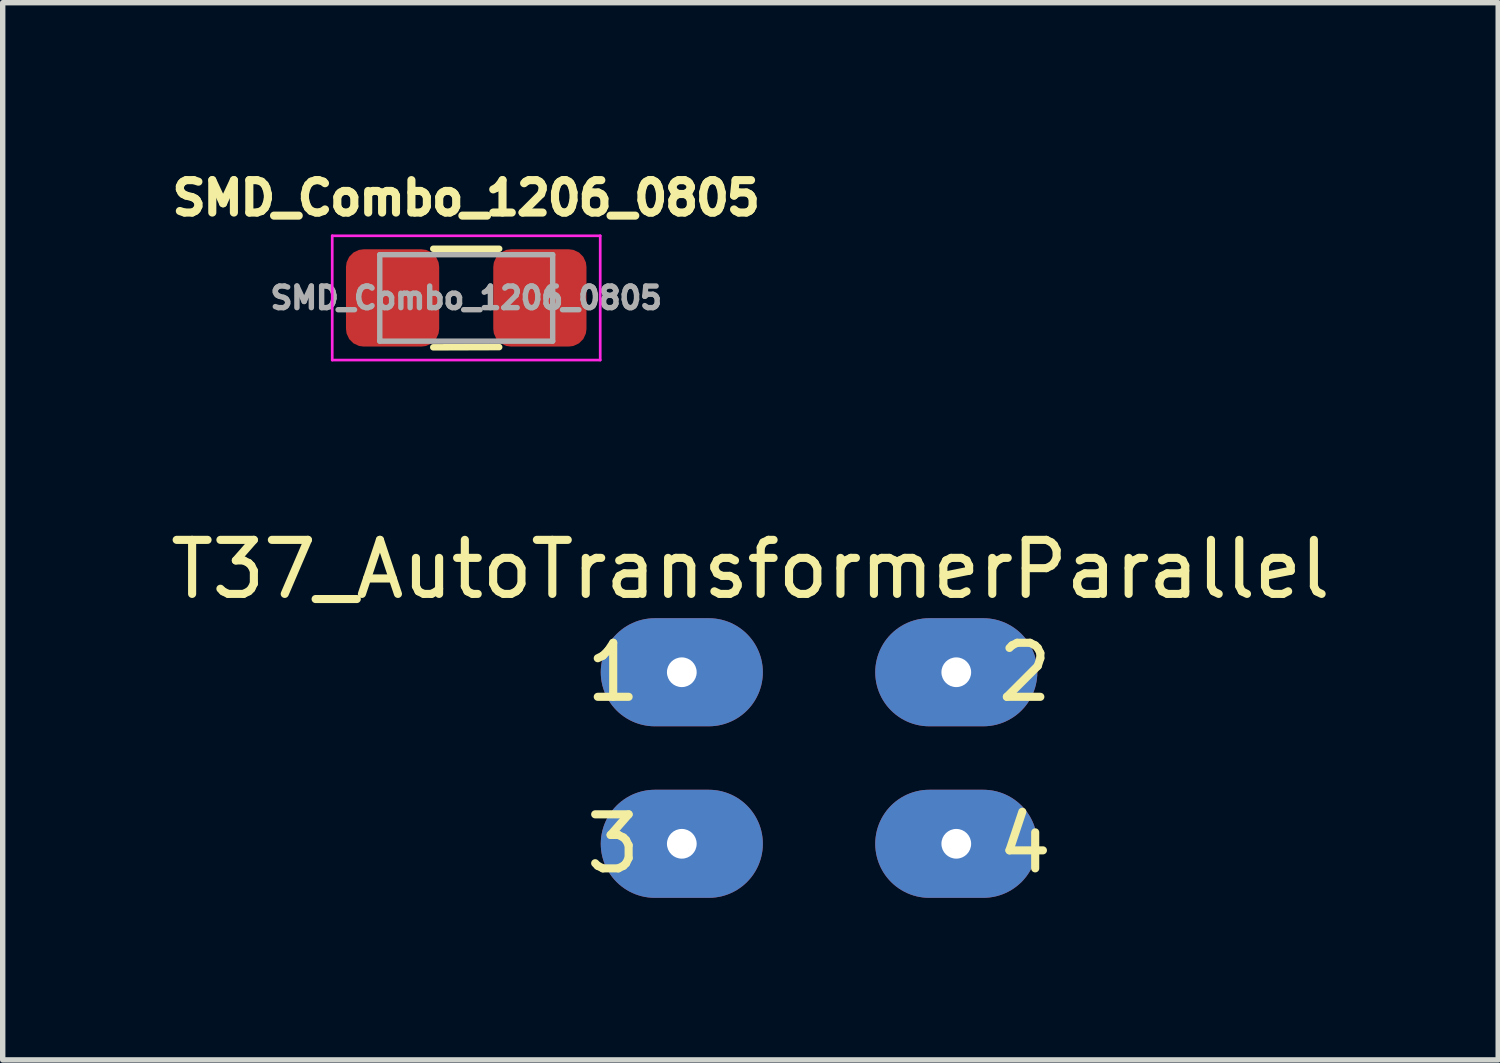
<source format=kicad_pcb>
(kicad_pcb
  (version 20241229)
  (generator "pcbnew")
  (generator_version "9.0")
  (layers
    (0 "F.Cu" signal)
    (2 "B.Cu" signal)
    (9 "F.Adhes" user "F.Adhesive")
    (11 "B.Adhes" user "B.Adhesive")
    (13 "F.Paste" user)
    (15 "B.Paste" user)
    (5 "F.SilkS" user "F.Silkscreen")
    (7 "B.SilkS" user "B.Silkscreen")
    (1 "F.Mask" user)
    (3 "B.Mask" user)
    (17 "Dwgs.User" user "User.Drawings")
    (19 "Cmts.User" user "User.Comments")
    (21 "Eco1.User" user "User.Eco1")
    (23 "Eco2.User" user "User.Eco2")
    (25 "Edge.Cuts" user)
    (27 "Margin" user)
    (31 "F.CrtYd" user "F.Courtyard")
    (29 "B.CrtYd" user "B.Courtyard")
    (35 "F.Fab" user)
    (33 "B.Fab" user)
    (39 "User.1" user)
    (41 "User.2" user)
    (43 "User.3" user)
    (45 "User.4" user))
  (footprint "T37_AutoTransformerParallel"
    (layer "F.Cu")
    (at 12.109 11.932)
    (property "Reference" "T37_AutoTransformerParallel" (at -1.27 -4.445 0) (layer "F.SilkS") (effects (font (size 1 1) (thickness 0.15))))
    (attr through_hole)
    (fp_text user "2" (at 3.81 -2.54 0) (layer "F.SilkS") (effects (font (size 1 1) (thickness 0.15))))
    (fp_text user "3" (at -3.81 0.635 0) (layer "F.SilkS") (effects (font (size 1 1) (thickness 0.15))))
    (fp_text user "1" (at -3.81 -2.54 0) (layer "F.SilkS") (effects (font (size 1 1) (thickness 0.15))))
    (fp_text user "4" (at 3.81 0.635 0) (layer "F.SilkS") (effects (font (size 1 1) (thickness 0.15))))
    (pad "1" thru_hole oval (at -2.54 -2.54) (size 3 2) (drill 0.55) (layers "*.Cu" "*.Mask"))
    (pad "2" thru_hole oval (at 2.54 -2.54) (size 3 2) (drill 0.55) (layers "*.Cu" "*.Mask"))
    (pad "3" thru_hole oval (at -2.54 0.635) (size 3 2) (drill 0.55) (layers "*.Cu" "*.Mask"))
    (pad "4" thru_hole oval (at 2.54 0.635) (size 3 2) (drill 0.55) (layers "*.Cu" "*.Mask")))
  (footprint "SMD_Combo_1206_0805"
    (layer "F.Cu")
    (at 5.579 2.464)
    (property "Reference" "SMD_Combo_1206_0805" (at 0 -1.85 0) (layer "F.SilkS") (effects (font (size 0.6 0.6) (thickness 0.15))))
    (attr smd)
    (fp_line (start -0.61 -0.91) (end 0.61 -0.91) (stroke (width 0.12) (type solid)) (layer "F.SilkS"))
    (fp_line (start -0.61 0.914) (end 0.61 0.91) (stroke (width 0.12) (type solid)) (layer "F.SilkS"))
    (fp_line (start -2.48 -1.15) (end 2.48 -1.15) (stroke (width 0.05) (type solid)) (layer "F.CrtYd"))
    (fp_line (start -2.48 1.15) (end -2.48 -1.15) (stroke (width 0.05) (type solid)) (layer "F.CrtYd"))
    (fp_line (start 2.48 -1.15) (end 2.48 1.15) (stroke (width 0.05) (type solid)) (layer "F.CrtYd"))
    (fp_line (start 2.48 1.15) (end -2.48 1.15) (stroke (width 0.05) (type solid)) (layer "F.CrtYd"))
    (fp_line (start -1.6 -0.8) (end 1.6 -0.8) (stroke (width 0.1) (type solid)) (layer "F.Fab"))
    (fp_line (start -1.6 0.8) (end -1.6 -0.8) (stroke (width 0.1) (type solid)) (layer "F.Fab"))
    (fp_line (start 1.6 -0.8) (end 1.6 0.8) (stroke (width 0.1) (type solid)) (layer "F.Fab"))
    (fp_line (start 1.6 0.8) (end -1.6 0.8) (stroke (width 0.1) (type solid)) (layer "F.Fab"))
    (fp_text user "${REFERENCE}" (at 0 0 0) (layer "F.Fab") (effects (font (size 0.4 0.4) (thickness 0.1))))
    (pad "1" smd roundrect (at -1.363 0) (size 1.725 1.8) (layers "F.Cu" "F.Mask" "F.Paste") (roundrect_rratio 0.189))
    (pad "2" smd roundrect (at 1.363 0) (size 1.725 1.8) (layers "F.Cu" "F.Mask" "F.Paste") (roundrect_rratio 0.189)))
  (gr_rect
    (start -3 -3)
    (end 24.679 16.567)
    (stroke (width 0.1) (type default))
    (fill no)
    (layer "Edge.Cuts")))
</source>
